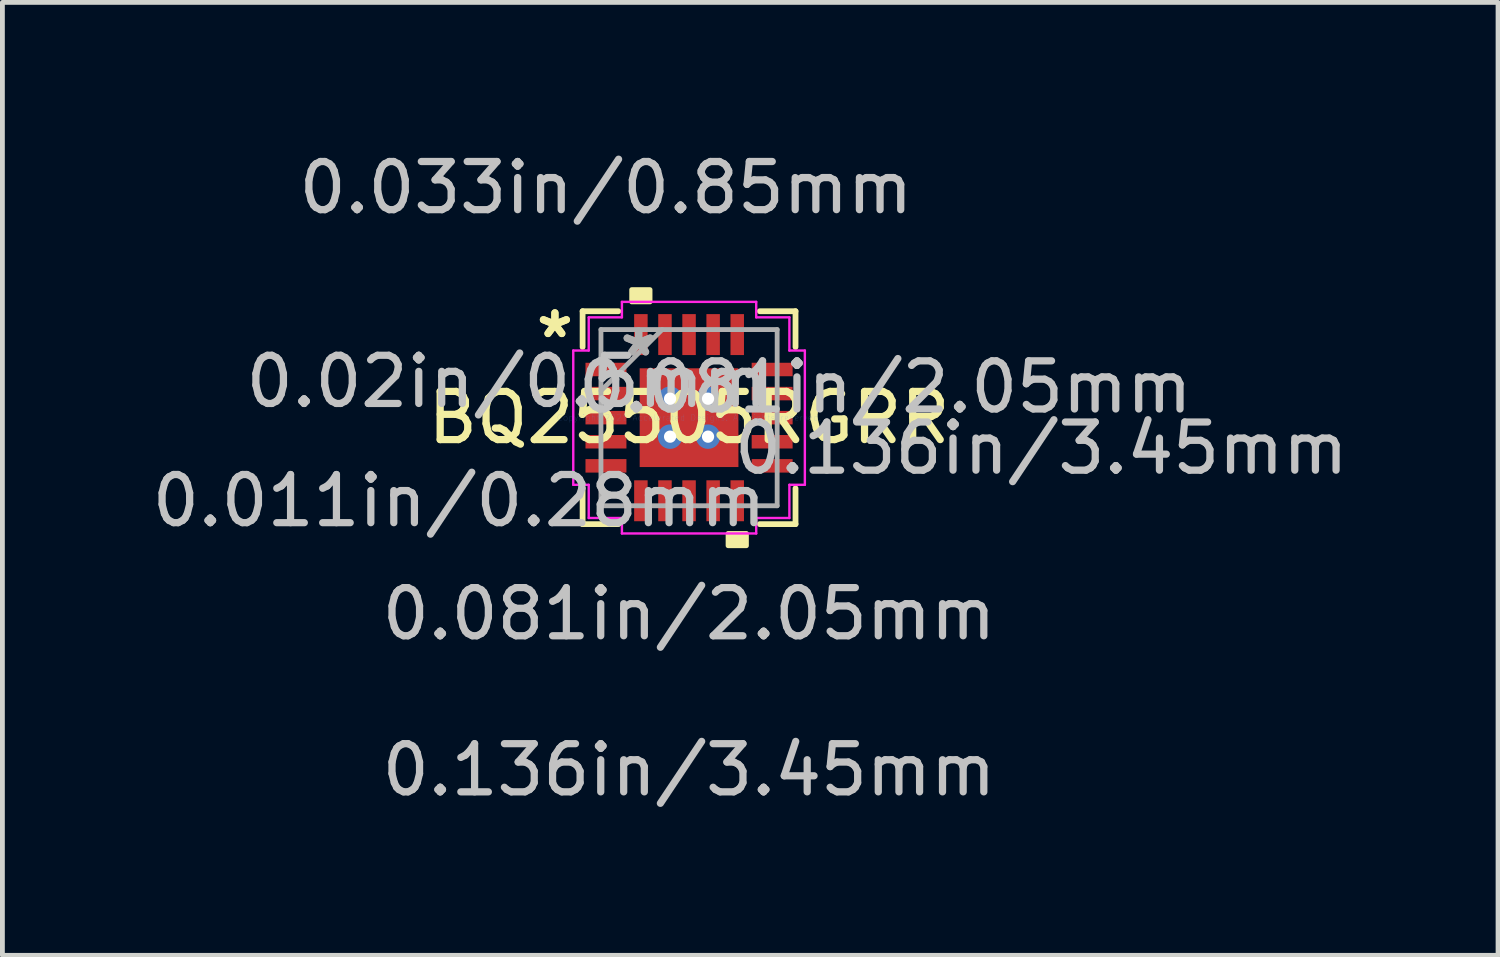
<source format=kicad_pcb>
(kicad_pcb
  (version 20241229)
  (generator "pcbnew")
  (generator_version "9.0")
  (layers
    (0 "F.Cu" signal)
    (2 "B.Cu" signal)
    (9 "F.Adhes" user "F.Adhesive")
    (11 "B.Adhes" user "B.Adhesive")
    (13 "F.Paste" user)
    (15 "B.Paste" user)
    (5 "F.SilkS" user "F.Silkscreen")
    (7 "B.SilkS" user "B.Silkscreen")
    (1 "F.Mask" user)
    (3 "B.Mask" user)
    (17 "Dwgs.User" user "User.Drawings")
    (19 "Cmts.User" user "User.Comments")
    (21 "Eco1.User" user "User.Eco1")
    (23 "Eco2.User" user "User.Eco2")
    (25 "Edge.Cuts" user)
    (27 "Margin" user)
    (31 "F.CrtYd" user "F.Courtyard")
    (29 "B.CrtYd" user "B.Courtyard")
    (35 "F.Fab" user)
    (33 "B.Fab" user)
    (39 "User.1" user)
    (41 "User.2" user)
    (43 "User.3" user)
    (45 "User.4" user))
  (footprint "BQ25505RGRR"
    (layer "F.Cu")
    (at 11.255 5.621)
    (property "Reference" "BQ25505RGRR" (at 0 0 0) (layer "F.SilkS") (effects (font (size 1 1) (thickness 0.15))))
    (attr through_hole)
    (fp_poly (pts (xy -1.089 -1.089) (xy -0.594 -1.089) (xy -0.594 1.089) (xy -1.089 1.089)) (stroke (width 0.1) (type solid)) (fill yes) (layer "F.Mask"))
    (fp_poly (pts (xy -1.089 -1.089) (xy 1.089 -1.089) (xy 1.089 -0.594) (xy -1.089 -0.594)) (stroke (width 0.1) (type solid)) (fill yes) (layer "F.Mask"))
    (fp_poly (pts (xy -1.089 -0.194) (xy 1.089 -0.194) (xy 1.089 0.194) (xy -1.089 0.194)) (stroke (width 0.1) (type solid)) (fill yes) (layer "F.Mask"))
    (fp_poly (pts (xy -1.089 0.594) (xy 1.089 0.594) (xy 1.089 1.089) (xy -1.089 1.089)) (stroke (width 0.1) (type solid)) (fill yes) (layer "F.Mask"))
    (fp_poly (pts (xy 0.194 -1.089) (xy -0.194 -1.089) (xy -0.194 1.089) (xy 0.194 1.089)) (stroke (width 0.1) (type solid)) (fill yes) (layer "F.Mask"))
    (fp_poly (pts (xy 0.594 -1.089) (xy 1.089 -1.089) (xy 1.089 1.089) (xy 0.594 1.089)) (stroke (width 0.1) (type solid)) (fill yes) (layer "F.Mask"))
    (fp_line (start -2.21 -2.21) (end -2.21 -1.467) (stroke (width 0.12) (type solid)) (layer "F.SilkS"))
    (fp_line (start -2.21 1.467) (end -2.21 2.21) (stroke (width 0.12) (type solid)) (layer "F.SilkS"))
    (fp_line (start -2.21 2.21) (end -1.468 2.21) (stroke (width 0.12) (type solid)) (layer "F.SilkS"))
    (fp_line (start -1.468 -2.21) (end -2.21 -2.21) (stroke (width 0.12) (type solid)) (layer "F.SilkS"))
    (fp_line (start 1.468 2.21) (end 2.21 2.21) (stroke (width 0.12) (type solid)) (layer "F.SilkS"))
    (fp_line (start 2.21 -2.21) (end 1.468 -2.21) (stroke (width 0.12) (type solid)) (layer "F.SilkS"))
    (fp_line (start 2.21 -1.467) (end 2.21 -2.21) (stroke (width 0.12) (type solid)) (layer "F.SilkS"))
    (fp_line (start 2.21 2.21) (end 2.21 1.467) (stroke (width 0.12) (type solid)) (layer "F.SilkS"))
    (fp_poly (pts (xy -1.191 -2.404) (xy -1.191 -2.658) (xy -0.81 -2.658) (xy -0.81 -2.404)) (stroke (width 0.1) (type solid)) (fill yes) (layer "F.SilkS"))
    (fp_poly (pts (xy 0.81 2.404) (xy 0.81 2.658) (xy 1.191 2.658) (xy 1.191 2.404)) (stroke (width 0.1) (type solid)) (fill yes) (layer "F.SilkS"))
    (fp_poly (pts (xy -0.95 -0.95) (xy -0.95 -0.494) (xy -0.635 -0.494) (xy -0.494 -0.635) (xy -0.494 -0.95)) (stroke (width 0.1) (type solid)) (fill yes) (layer "F.Paste"))
    (fp_poly (pts (xy -0.95 0.494) (xy -0.95 0.95) (xy -0.494 0.95) (xy -0.494 0.635) (xy -0.635 0.494)) (stroke (width 0.1) (type solid)) (fill yes) (layer "F.Paste"))
    (fp_poly (pts (xy 0.494 -0.95) (xy 0.494 -0.635) (xy 0.635 -0.494) (xy 0.95 -0.494) (xy 0.95 -0.95)) (stroke (width 0.1) (type solid)) (fill yes) (layer "F.Paste"))
    (fp_poly (pts (xy 0.635 0.494) (xy 0.494 0.635) (xy 0.494 0.95) (xy 0.95 0.95) (xy 0.95 0.494)) (stroke (width 0.1) (type solid)) (fill yes) (layer "F.Paste"))
    (fp_poly (pts (xy -0.95 -0.294) (xy -0.95 0.294) (xy -0.635 0.294) (xy -0.494 0.152) (xy -0.494 -0.152) (xy -0.635 -0.294)) (stroke (width 0.1) (type solid)) (fill yes) (layer "F.Paste"))
    (fp_poly (pts (xy -0.294 -0.95) (xy -0.294 -0.635) (xy -0.152 -0.494) (xy 0.152 -0.494) (xy 0.294 -0.635) (xy 0.294 -0.95)) (stroke (width 0.1) (type solid)) (fill yes) (layer "F.Paste"))
    (fp_poly (pts (xy -0.152 0.494) (xy -0.294 0.635) (xy -0.294 0.95) (xy 0.294 0.95) (xy 0.294 0.635) (xy 0.152 0.494)) (stroke (width 0.1) (type solid)) (fill yes) (layer "F.Paste"))
    (fp_poly (pts (xy 0.635 -0.294) (xy 0.494 -0.152) (xy 0.494 0.152) (xy 0.635 0.294) (xy 0.95 0.294) (xy 0.95 -0.294)) (stroke (width 0.1) (type solid)) (fill yes) (layer "F.Paste"))
    (fp_poly (pts (xy -0.152 -0.294) (xy -0.294 -0.152) (xy -0.294 0.152) (xy -0.152 0.294) (xy 0.152 0.294) (xy 0.294 0.152) (xy 0.294 -0.152) (xy 0.152 -0.294)) (stroke (width 0.1) (type solid)) (fill yes) (layer "F.Paste"))
    (fp_line (start -2.404 -1.394) (end -2.083 -1.394) (stroke (width 0.05) (type solid)) (layer "F.CrtYd"))
    (fp_line (start -2.404 1.394) (end -2.404 -1.394) (stroke (width 0.05) (type solid)) (layer "F.CrtYd"))
    (fp_line (start -2.083 -2.083) (end -1.394 -2.083) (stroke (width 0.05) (type solid)) (layer "F.CrtYd"))
    (fp_line (start -2.083 -1.394) (end -2.083 -2.083) (stroke (width 0.05) (type solid)) (layer "F.CrtYd"))
    (fp_line (start -2.083 1.394) (end -2.404 1.394) (stroke (width 0.05) (type solid)) (layer "F.CrtYd"))
    (fp_line (start -2.083 2.083) (end -2.083 1.394) (stroke (width 0.05) (type solid)) (layer "F.CrtYd"))
    (fp_line (start -1.394 -2.404) (end 1.394 -2.404) (stroke (width 0.05) (type solid)) (layer "F.CrtYd"))
    (fp_line (start -1.394 -2.083) (end -1.394 -2.404) (stroke (width 0.05) (type solid)) (layer "F.CrtYd"))
    (fp_line (start -1.394 2.083) (end -2.083 2.083) (stroke (width 0.05) (type solid)) (layer "F.CrtYd"))
    (fp_line (start -1.394 2.404) (end -1.394 2.083) (stroke (width 0.05) (type solid)) (layer "F.CrtYd"))
    (fp_line (start 1.394 -2.404) (end 1.394 -2.083) (stroke (width 0.05) (type solid)) (layer "F.CrtYd"))
    (fp_line (start 1.394 -2.083) (end 2.083 -2.083) (stroke (width 0.05) (type solid)) (layer "F.CrtYd"))
    (fp_line (start 1.394 2.083) (end 1.394 2.404) (stroke (width 0.05) (type solid)) (layer "F.CrtYd"))
    (fp_line (start 1.394 2.404) (end -1.394 2.404) (stroke (width 0.05) (type solid)) (layer "F.CrtYd"))
    (fp_line (start 2.083 -2.083) (end 2.083 -1.394) (stroke (width 0.05) (type solid)) (layer "F.CrtYd"))
    (fp_line (start 2.083 -1.394) (end 2.404 -1.394) (stroke (width 0.05) (type solid)) (layer "F.CrtYd"))
    (fp_line (start 2.083 1.394) (end 2.083 2.083) (stroke (width 0.05) (type solid)) (layer "F.CrtYd"))
    (fp_line (start 2.083 2.083) (end 1.394 2.083) (stroke (width 0.05) (type solid)) (layer "F.CrtYd"))
    (fp_line (start 2.404 -1.394) (end 2.404 1.394) (stroke (width 0.05) (type solid)) (layer "F.CrtYd"))
    (fp_line (start 2.404 1.394) (end 2.083 1.394) (stroke (width 0.05) (type solid)) (layer "F.CrtYd"))
    (fp_line (start -1.829 -1.829) (end -1.829 1.829) (stroke (width 0.1) (type solid)) (layer "F.Fab"))
    (fp_line (start -1.829 -0.559) (end -0.559 -1.829) (stroke (width 0.1) (type solid)) (layer "F.Fab"))
    (fp_line (start -1.829 1.829) (end 1.829 1.829) (stroke (width 0.1) (type solid)) (layer "F.Fab"))
    (fp_line (start 1.829 -1.829) (end -1.829 -1.829) (stroke (width 0.1) (type solid)) (layer "F.Fab"))
    (fp_line (start 1.829 1.829) (end 1.829 -1.829) (stroke (width 0.1) (type solid)) (layer "F.Fab"))
    (fp_text user "*" (at -2.785 -1.631 0) (layer "F.SilkS") (effects (font (size 1 1) (thickness 0.15))))
    (fp_text user "*" (at -2.785 -1.631 0) (layer "F.SilkS") (effects (font (size 1 1) (thickness 0.15))))
    (fp_text user "0.136in/3.45mm" (at 0 7.313 0) (layer "Dwgs.User") (effects (font (size 1 1) (thickness 0.15))))
    (fp_text user "0.02in/0.5mm" (at -3.778 -0.75 0) (layer "Dwgs.User") (effects (font (size 1 1) (thickness 0.15))))
    (fp_text user "0.081in/2.05mm" (at 4.073 -0.635 0) (layer "Dwgs.User") (effects (font (size 1 1) (thickness 0.15))))
    (fp_text user "0.011in/0.28mm" (at -4.773 1.725 0) (layer "Dwgs.User") (effects (font (size 1 1) (thickness 0.15))))
    (fp_text user "0.081in/2.05mm" (at 0 4.073 0) (layer "Dwgs.User") (effects (font (size 1 1) (thickness 0.15))))
    (fp_text user "0.136in/3.45mm" (at 7.313 0.635 0) (layer "Dwgs.User") (effects (font (size 1 1) (thickness 0.15))))
    (fp_text user "0.033in/0.85mm" (at -1.725 -4.773 0) (layer "Dwgs.User") (effects (font (size 1 1) (thickness 0.15))))
    (fp_text user "Copyright 2021 Accelerated Designs. All rights reserved." (at 0 0 0) (layer "Cmts.User") (effects (font (size 0.127 0.127) (thickness 0.002))))
    (fp_text user "*" (at -1.046 -1.25 0) (layer "F.Fab") (effects (font (size 1 1) (thickness 0.15))))
    (fp_text user "*" (at -1.046 -1.25 0) (layer "F.Fab") (effects (font (size 1 1) (thickness 0.15))))
    (pad "1" smd rect (at -1.725 -1 90) (size 0.28 0.85) (layers "F.Cu" "F.Mask" "F.Paste"))
    (pad "2" smd rect (at -1.725 -0.5 90) (size 0.28 0.85) (layers "F.Cu" "F.Mask" "F.Paste"))
    (pad "3" smd rect (at -1.725 0 90) (size 0.28 0.85) (layers "F.Cu" "F.Mask" "F.Paste"))
    (pad "4" smd rect (at -1.725 0.5 90) (size 0.28 0.85) (layers "F.Cu" "F.Mask" "F.Paste"))
    (pad "5" smd rect (at -1.725 1 90) (size 0.28 0.85) (layers "F.Cu" "F.Mask" "F.Paste"))
    (pad "6" smd rect (at -1 1.725) (size 0.28 0.85) (layers "F.Cu" "F.Mask" "F.Paste"))
    (pad "7" smd rect (at -0.5 1.725) (size 0.28 0.85) (layers "F.Cu" "F.Mask" "F.Paste"))
    (pad "8" smd rect (at 0 1.725) (size 0.28 0.85) (layers "F.Cu" "F.Mask" "F.Paste"))
    (pad "9" smd rect (at 0.5 1.725) (size 0.28 0.85) (layers "F.Cu" "F.Mask" "F.Paste"))
    (pad "10" smd rect (at 1 1.725) (size 0.28 0.85) (layers "F.Cu" "F.Mask" "F.Paste"))
    (pad "11" smd rect (at 1.725 1 90) (size 0.28 0.85) (layers "F.Cu" "F.Mask" "F.Paste"))
    (pad "12" smd rect (at 1.725 0.5 90) (size 0.28 0.85) (layers "F.Cu" "F.Mask" "F.Paste"))
    (pad "13" smd rect (at 1.725 0 90) (size 0.28 0.85) (layers "F.Cu" "F.Mask" "F.Paste"))
    (pad "14" smd rect (at 1.725 -0.5 90) (size 0.28 0.85) (layers "F.Cu" "F.Mask" "F.Paste"))
    (pad "15" smd rect (at 1.725 -1 90) (size 0.28 0.85) (layers "F.Cu" "F.Mask" "F.Paste"))
    (pad "16" smd rect (at 1 -1.725) (size 0.28 0.85) (layers "F.Cu" "F.Mask" "F.Paste"))
    (pad "17" smd rect (at 0.5 -1.725) (size 0.28 0.85) (layers "F.Cu" "F.Mask" "F.Paste"))
    (pad "18" smd rect (at 0 -1.725) (size 0.28 0.85) (layers "F.Cu" "F.Mask" "F.Paste"))
    (pad "19" smd rect (at -0.5 -1.725) (size 0.28 0.85) (layers "F.Cu" "F.Mask" "F.Paste"))
    (pad "20" smd rect (at -1 -1.725) (size 0.28 0.85) (layers "F.Cu" "F.Mask" "F.Paste"))
    (pad "21" smd rect (at 0 0) (size 2.05 2.05) (layers "F.Cu" "F.Mask" "F.Paste"))
    (pad "V" thru_hole circle (at -0.394 -0.394) (size 0.508 0.508) (drill 0.254) (layers "*.Cu" "*.Mask"))
    (pad "V" thru_hole circle (at -0.394 0.394) (size 0.508 0.508) (drill 0.254) (layers "*.Cu" "*.Mask"))
    (pad "V" thru_hole circle (at 0.394 -0.394) (size 0.508 0.508) (drill 0.254) (layers "*.Cu" "*.Mask"))
    (pad "V" thru_hole circle (at 0.394 0.394) (size 0.508 0.508) (drill 0.254) (layers "*.Cu" "*.Mask")))
  (gr_rect
    (start -3 -3)
    (end 28.05 16.783)
    (stroke (width 0.1) (type default))
    (fill no)
    (layer "Edge.Cuts")))
</source>
